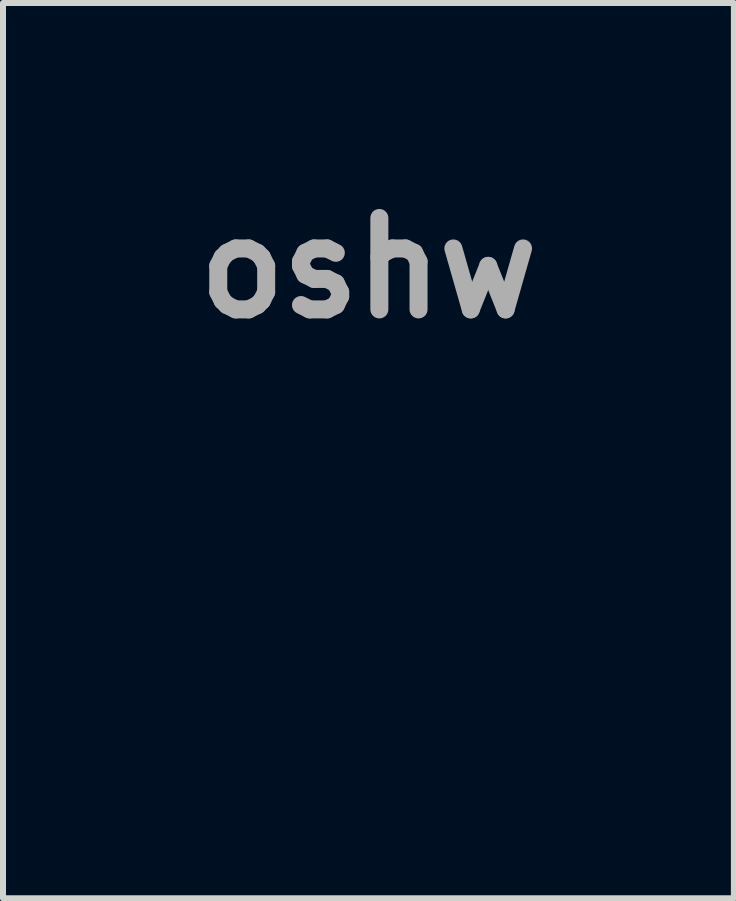
<source format=kicad_pcb>
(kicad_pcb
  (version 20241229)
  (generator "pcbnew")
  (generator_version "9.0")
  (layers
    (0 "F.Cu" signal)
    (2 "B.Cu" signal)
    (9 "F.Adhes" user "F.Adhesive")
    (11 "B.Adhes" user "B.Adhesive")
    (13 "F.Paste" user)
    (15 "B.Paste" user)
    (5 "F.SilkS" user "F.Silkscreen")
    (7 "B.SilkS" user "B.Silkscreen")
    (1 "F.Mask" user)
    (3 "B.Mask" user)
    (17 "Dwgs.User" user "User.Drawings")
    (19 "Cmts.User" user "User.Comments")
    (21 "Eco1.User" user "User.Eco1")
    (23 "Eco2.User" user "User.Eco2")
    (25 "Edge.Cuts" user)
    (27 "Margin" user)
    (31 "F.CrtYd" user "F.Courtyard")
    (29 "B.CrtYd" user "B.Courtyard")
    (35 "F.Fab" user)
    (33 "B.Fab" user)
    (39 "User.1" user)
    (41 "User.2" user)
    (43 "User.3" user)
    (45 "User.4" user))
  (footprint "oshw"
    (layer "F.Cu")
    (at 3.092 5.768)
    (property "Reference" "oshw" (at 0 -4.35 0) (layer "F.Fab") (effects (font (size 1.524 1.524) (thickness 0.3))))
    (attr board_only exclude_from_pos_files exclude_from_bom)
    (fp_poly (pts (xy 1.882 1.532) (xy 1.921 1.547) (xy 1.942 1.559) (xy 1.954 1.569) (xy 1.958 1.577) (xy 1.958 1.578) (xy 1.954 1.584) (xy 1.945 1.596) (xy 1.933 1.611) (xy 1.917 1.63) (xy 1.912 1.636) (xy 1.869 1.687) (xy 1.857 1.68) (xy 1.826 1.663) (xy 1.797 1.656) (xy 1.767 1.657) (xy 1.755 1.659) (xy 1.724 1.671) (xy 1.7 1.691) (xy 1.681 1.717) (xy 1.68 1.719) (xy 1.667 1.746) (xy 1.665 1.954) (xy 1.664 2.161) (xy 1.533 2.161) (xy 1.533 1.533) (xy 1.664 1.533) (xy 1.664 1.595) (xy 1.686 1.576) (xy 1.72 1.552) (xy 1.758 1.535) (xy 1.799 1.526) (xy 1.841 1.525)) (stroke (width 0) (type solid)) (fill yes) (layer "F.Mask"))
    (fp_poly (pts (xy 1.71 2.517) (xy 1.747 2.527) (xy 1.755 2.531) (xy 1.772 2.539) (xy 1.787 2.548) (xy 1.795 2.554) (xy 1.807 2.563) (xy 1.761 2.618) (xy 1.745 2.637) (xy 1.731 2.653) (xy 1.721 2.665) (xy 1.715 2.671) (xy 1.714 2.672) (xy 1.709 2.67) (xy 1.698 2.665) (xy 1.685 2.658) (xy 1.655 2.647) (xy 1.624 2.644) (xy 1.594 2.649) (xy 1.567 2.661) (xy 1.543 2.679) (xy 1.525 2.704) (xy 1.516 2.726) (xy 1.515 2.733) (xy 1.513 2.743) (xy 1.512 2.757) (xy 1.511 2.775) (xy 1.511 2.798) (xy 1.51 2.828) (xy 1.51 2.864) (xy 1.51 2.908) (xy 1.51 2.95) (xy 1.51 3.15) (xy 1.378 3.15) (xy 1.378 2.522) (xy 1.51 2.522) (xy 1.51 2.584) (xy 1.527 2.566) (xy 1.557 2.544) (xy 1.592 2.527) (xy 1.63 2.517) (xy 1.67 2.513)) (stroke (width 0) (type solid)) (fill yes) (layer "F.Mask"))
    (fp_poly (pts (xy -0.836 2.515) (xy -0.795 2.523) (xy -0.756 2.539) (xy -0.73 2.556) (xy -0.727 2.559) (xy -0.726 2.563) (xy -0.729 2.569) (xy -0.735 2.578) (xy -0.746 2.592) (xy -0.763 2.612) (xy -0.764 2.614) (xy -0.78 2.633) (xy -0.794 2.649) (xy -0.804 2.661) (xy -0.81 2.668) (xy -0.811 2.669) (xy -0.817 2.669) (xy -0.829 2.666) (xy -0.844 2.659) (xy -0.844 2.659) (xy -0.876 2.647) (xy -0.908 2.644) (xy -0.938 2.65) (xy -0.966 2.662) (xy -0.989 2.682) (xy -1.006 2.708) (xy -1.008 2.713) (xy -1.01 2.718) (xy -1.011 2.726) (xy -1.013 2.735) (xy -1.013 2.749) (xy -1.014 2.766) (xy -1.015 2.789) (xy -1.015 2.817) (xy -1.016 2.853) (xy -1.016 2.896) (xy -1.016 2.938) (xy -1.018 3.15) (xy -1.149 3.15) (xy -1.149 2.522) (xy -1.017 2.522) (xy -1.017 2.579) (xy -0.992 2.558) (xy -0.957 2.535) (xy -0.919 2.521) (xy -0.878 2.514)) (stroke (width 0) (type solid)) (fill yes) (layer "F.Mask"))
    (fp_poly (pts (xy 1.028 1.738) (xy 1.028 1.787) (xy 1.028 1.828) (xy 1.029 1.861) (xy 1.029 1.888) (xy 1.03 1.909) (xy 1.031 1.925) (xy 1.032 1.937) (xy 1.033 1.946) (xy 1.034 1.953) (xy 1.037 1.959) (xy 1.039 1.965) (xy 1.04 1.968) (xy 1.058 1.996) (xy 1.082 2.018) (xy 1.111 2.032) (xy 1.114 2.033) (xy 1.148 2.038) (xy 1.18 2.035) (xy 1.21 2.022) (xy 1.236 2.001) (xy 1.239 1.998) (xy 1.246 1.989) (xy 1.252 1.981) (xy 1.257 1.973) (xy 1.261 1.962) (xy 1.264 1.949) (xy 1.266 1.933) (xy 1.268 1.912) (xy 1.269 1.886) (xy 1.27 1.854) (xy 1.27 1.815) (xy 1.27 1.768) (xy 1.27 1.731) (xy 1.27 1.533) (xy 1.402 1.533) (xy 1.402 2.161) (xy 1.27 2.161) (xy 1.27 2.099) (xy 1.249 2.119) (xy 1.219 2.141) (xy 1.183 2.157) (xy 1.144 2.167) (xy 1.104 2.169) (xy 1.071 2.166) (xy 1.028 2.152) (xy 0.99 2.131) (xy 0.957 2.104) (xy 0.931 2.07) (xy 0.912 2.031) (xy 0.901 1.988) (xy 0.9 1.985) (xy 0.899 1.974) (xy 0.898 1.954) (xy 0.898 1.927) (xy 0.897 1.894) (xy 0.896 1.857) (xy 0.896 1.815) (xy 0.896 1.771) (xy 0.896 1.743) (xy 0.895 1.533) (xy 1.026 1.533)) (stroke (width 0) (type solid)) (fill yes) (layer "F.Mask"))
    (fp_poly (pts (xy -0.822 1.533) (xy -0.813 1.535) (xy -0.777 1.551) (xy -0.744 1.574) (xy -0.715 1.603) (xy -0.692 1.637) (xy -0.679 1.668) (xy -0.676 1.676) (xy -0.674 1.683) (xy -0.673 1.691) (xy -0.671 1.701) (xy -0.67 1.713) (xy -0.67 1.729) (xy -0.669 1.749) (xy -0.668 1.775) (xy -0.668 1.806) (xy -0.667 1.844) (xy -0.667 1.891) (xy -0.667 1.93) (xy -0.665 2.161) (xy -0.797 2.161) (xy -0.798 1.956) (xy -0.798 1.907) (xy -0.799 1.866) (xy -0.799 1.833) (xy -0.799 1.806) (xy -0.8 1.786) (xy -0.801 1.769) (xy -0.802 1.757) (xy -0.803 1.748) (xy -0.805 1.741) (xy -0.807 1.735) (xy -0.809 1.729) (xy -0.81 1.728) (xy -0.827 1.698) (xy -0.849 1.677) (xy -0.874 1.664) (xy -0.906 1.658) (xy -0.919 1.657) (xy -0.939 1.658) (xy -0.954 1.66) (xy -0.967 1.665) (xy -0.978 1.671) (xy -0.994 1.682) (xy -1.009 1.695) (xy -1.015 1.702) (xy -1.021 1.711) (xy -1.026 1.72) (xy -1.03 1.729) (xy -1.033 1.74) (xy -1.036 1.753) (xy -1.038 1.77) (xy -1.039 1.792) (xy -1.04 1.818) (xy -1.04 1.851) (xy -1.041 1.891) (xy -1.041 1.939) (xy -1.041 1.963) (xy -1.041 2.161) (xy -1.172 2.161) (xy -1.172 1.533) (xy -1.041 1.533) (xy -1.041 1.595) (xy -1.02 1.576) (xy -0.987 1.552) (xy -0.95 1.535) (xy -0.909 1.526) (xy -0.866 1.525)) (stroke (width 0) (type solid)) (fill yes) (layer "F.Mask"))
    (fp_poly (pts (xy 2.285 1.531) (xy 2.331 1.545) (xy 2.375 1.567) (xy 2.416 1.596) (xy 2.426 1.605) (xy 2.458 1.634) (xy 2.362 1.721) (xy 2.34 1.701) (xy 2.312 1.679) (xy 2.283 1.665) (xy 2.252 1.659) (xy 2.227 1.657) (xy 2.192 1.66) (xy 2.163 1.668) (xy 2.138 1.683) (xy 2.122 1.696) (xy 2.103 1.721) (xy 2.088 1.752) (xy 2.078 1.789) (xy 2.073 1.83) (xy 2.074 1.874) (xy 2.075 1.888) (xy 2.082 1.924) (xy 2.092 1.953) (xy 2.106 1.978) (xy 2.119 1.994) (xy 2.142 2.015) (xy 2.168 2.028) (xy 2.199 2.035) (xy 2.227 2.037) (xy 2.249 2.036) (xy 2.265 2.034) (xy 2.28 2.03) (xy 2.293 2.025) (xy 2.312 2.014) (xy 2.33 2.001) (xy 2.339 1.993) (xy 2.35 1.983) (xy 2.358 1.976) (xy 2.361 1.974) (xy 2.365 1.977) (xy 2.375 1.985) (xy 2.388 1.997) (xy 2.405 2.012) (xy 2.411 2.017) (xy 2.458 2.06) (xy 2.426 2.089) (xy 2.39 2.118) (xy 2.35 2.141) (xy 2.31 2.157) (xy 2.308 2.158) (xy 2.284 2.163) (xy 2.255 2.167) (xy 2.225 2.168) (xy 2.197 2.168) (xy 2.182 2.166) (xy 2.134 2.155) (xy 2.092 2.138) (xy 2.056 2.115) (xy 2.023 2.086) (xy 1.997 2.054) (xy 1.976 2.018) (xy 1.96 1.977) (xy 1.954 1.956) (xy 1.948 1.927) (xy 1.945 1.891) (xy 1.944 1.853) (xy 1.944 1.813) (xy 1.947 1.776) (xy 1.952 1.745) (xy 1.954 1.737) (xy 1.969 1.692) (xy 1.988 1.654) (xy 2.013 1.62) (xy 2.023 1.608) (xy 2.06 1.576) (xy 2.1 1.552) (xy 2.144 1.535) (xy 2.19 1.526) (xy 2.238 1.525)) (stroke (width 0) (type solid)) (fill yes) (layer "F.Mask"))
    (fp_poly (pts (xy 2.771 1.527) (xy 2.79 1.529) (xy 2.807 1.532) (xy 2.824 1.536) (xy 2.83 1.539) (xy 2.875 1.559) (xy 2.914 1.587) (xy 2.947 1.621) (xy 2.971 1.658) (xy 2.981 1.679) (xy 2.989 1.7) (xy 2.994 1.723) (xy 2.998 1.749) (xy 3 1.78) (xy 3 1.818) (xy 3 1.821) (xy 3 1.899) (xy 2.611 1.899) (xy 2.614 1.919) (xy 2.624 1.955) (xy 2.64 1.987) (xy 2.662 2.012) (xy 2.69 2.031) (xy 2.704 2.037) (xy 2.739 2.044) (xy 2.777 2.043) (xy 2.814 2.035) (xy 2.848 2.021) (xy 2.875 2.002) (xy 2.887 1.993) (xy 2.897 1.989) (xy 2.9 1.989) (xy 2.906 1.993) (xy 2.917 2.002) (xy 2.933 2.015) (xy 2.949 2.028) (xy 2.968 2.045) (xy 2.98 2.057) (xy 2.985 2.066) (xy 2.985 2.074) (xy 2.978 2.082) (xy 2.967 2.093) (xy 2.962 2.097) (xy 2.919 2.127) (xy 2.875 2.148) (xy 2.829 2.162) (xy 2.779 2.168) (xy 2.756 2.168) (xy 2.734 2.168) (xy 2.716 2.167) (xy 2.712 2.166) (xy 2.661 2.154) (xy 2.616 2.135) (xy 2.578 2.109) (xy 2.547 2.077) (xy 2.521 2.038) (xy 2.503 1.991) (xy 2.49 1.939) (xy 2.485 1.893) (xy 2.484 1.826) (xy 2.487 1.791) (xy 2.611 1.791) (xy 2.874 1.791) (xy 2.871 1.776) (xy 2.864 1.745) (xy 2.856 1.721) (xy 2.844 1.701) (xy 2.834 1.689) (xy 2.812 1.668) (xy 2.787 1.656) (xy 2.759 1.65) (xy 2.742 1.649) (xy 2.708 1.653) (xy 2.678 1.665) (xy 2.653 1.685) (xy 2.634 1.711) (xy 2.62 1.745) (xy 2.614 1.771) (xy 2.611 1.791) (xy 2.487 1.791) (xy 2.489 1.766) (xy 2.501 1.711) (xy 2.519 1.664) (xy 2.544 1.622) (xy 2.574 1.588) (xy 2.612 1.56) (xy 2.655 1.539) (xy 2.67 1.534) (xy 2.693 1.529) (xy 2.726 1.527) (xy 2.745 1.527)) (stroke (width 0) (type solid)) (fill yes) (layer "F.Mask"))
    (fp_poly (pts (xy -2.715 1.526) (xy -2.702 1.527) (xy -2.655 1.538) (xy -2.612 1.557) (xy -2.574 1.583) (xy -2.542 1.615) (xy -2.517 1.654) (xy -2.498 1.697) (xy -2.492 1.722) (xy -2.489 1.743) (xy -2.487 1.771) (xy -2.485 1.803) (xy -2.484 1.838) (xy -2.484 1.874) (xy -2.485 1.907) (xy -2.487 1.936) (xy -2.489 1.957) (xy -2.501 2.005) (xy -2.521 2.048) (xy -2.547 2.085) (xy -2.581 2.117) (xy -2.62 2.142) (xy -2.662 2.158) (xy -2.686 2.163) (xy -2.716 2.167) (xy -2.748 2.168) (xy -2.777 2.167) (xy -2.79 2.166) (xy -2.836 2.154) (xy -2.879 2.134) (xy -2.916 2.107) (xy -2.948 2.073) (xy -2.973 2.032) (xy -2.989 1.992) (xy -2.992 1.976) (xy -2.995 1.952) (xy -2.997 1.923) (xy -2.999 1.89) (xy -3 1.855) (xy -3 1.842) (xy -2.873 1.842) (xy -2.872 1.879) (xy -2.869 1.913) (xy -2.864 1.942) (xy -2.857 1.966) (xy -2.855 1.969) (xy -2.836 1.998) (xy -2.812 2.019) (xy -2.783 2.032) (xy -2.749 2.037) (xy -2.732 2.037) (xy -2.713 2.034) (xy -2.693 2.028) (xy -2.685 2.025) (xy -2.663 2.011) (xy -2.646 1.996) (xy -2.633 1.974) (xy -2.631 1.972) (xy -2.623 1.949) (xy -2.617 1.919) (xy -2.614 1.885) (xy -2.612 1.848) (xy -2.613 1.811) (xy -2.617 1.777) (xy -2.623 1.747) (xy -2.631 1.723) (xy -2.632 1.722) (xy -2.65 1.695) (xy -2.675 1.674) (xy -2.702 1.662) (xy -2.737 1.656) (xy -2.77 1.658) (xy -2.8 1.669) (xy -2.826 1.686) (xy -2.847 1.711) (xy -2.853 1.722) (xy -2.861 1.744) (xy -2.867 1.773) (xy -2.871 1.807) (xy -2.873 1.842) (xy -3 1.842) (xy -3 1.82) (xy -2.999 1.787) (xy -2.998 1.758) (xy -2.995 1.735) (xy -2.994 1.725) (xy -2.98 1.678) (xy -2.958 1.636) (xy -2.93 1.601) (xy -2.896 1.571) (xy -2.857 1.548) (xy -2.813 1.533) (xy -2.765 1.525)) (stroke (width 0) (type solid)) (fill yes) (layer "F.Mask"))
    (fp_poly (pts (xy -0.22 3.15) (xy -0.352 3.15) (xy -0.352 3.088) (xy -0.37 3.105) (xy -0.403 3.129) (xy -0.442 3.145) (xy -0.485 3.153) (xy -0.515 3.155) (xy -0.546 3.153) (xy -0.573 3.149) (xy -0.582 3.146) (xy -0.62 3.129) (xy -0.653 3.105) (xy -0.681 3.074) (xy -0.702 3.037) (xy -0.716 2.995) (xy -0.718 2.986) (xy -0.72 2.969) (xy -0.722 2.943) (xy -0.723 2.913) (xy -0.724 2.878) (xy -0.724 2.841) (xy -0.724 2.823) (xy -0.595 2.823) (xy -0.594 2.855) (xy -0.592 2.887) (xy -0.59 2.916) (xy -0.586 2.939) (xy -0.584 2.948) (xy -0.57 2.977) (xy -0.55 3) (xy -0.524 3.017) (xy -0.502 3.024) (xy -0.48 3.026) (xy -0.455 3.025) (xy -0.431 3.02) (xy -0.417 3.014) (xy -0.395 2.999) (xy -0.377 2.977) (xy -0.364 2.951) (xy -0.363 2.946) (xy -0.359 2.929) (xy -0.356 2.904) (xy -0.354 2.875) (xy -0.353 2.843) (xy -0.352 2.812) (xy -0.354 2.784) (xy -0.356 2.762) (xy -0.356 2.761) (xy -0.365 2.723) (xy -0.378 2.692) (xy -0.396 2.67) (xy -0.419 2.654) (xy -0.448 2.646) (xy -0.473 2.644) (xy -0.507 2.647) (xy -0.534 2.657) (xy -0.556 2.674) (xy -0.572 2.698) (xy -0.584 2.73) (xy -0.591 2.766) (xy -0.594 2.792) (xy -0.595 2.823) (xy -0.724 2.823) (xy -0.724 2.803) (xy -0.723 2.767) (xy -0.722 2.734) (xy -0.72 2.705) (xy -0.718 2.683) (xy -0.716 2.673) (xy -0.703 2.633) (xy -0.682 2.598) (xy -0.656 2.568) (xy -0.625 2.545) (xy -0.59 2.527) (xy -0.553 2.516) (xy -0.514 2.512) (xy -0.475 2.515) (xy -0.436 2.526) (xy -0.399 2.545) (xy -0.375 2.563) (xy -0.364 2.572) (xy -0.357 2.577) (xy -0.354 2.578) (xy -0.354 2.574) (xy -0.353 2.561) (xy -0.353 2.541) (xy -0.352 2.515) (xy -0.352 2.484) (xy -0.352 2.449) (xy -0.352 2.424) (xy -0.352 2.269) (xy -0.22 2.269)) (stroke (width 0) (type solid)) (fill yes) (layer "F.Mask"))
    (fp_poly (pts (xy -1.511 1.525) (xy -1.467 1.533) (xy -1.424 1.548) (xy -1.385 1.571) (xy -1.351 1.599) (xy -1.322 1.634) (xy -1.304 1.665) (xy -1.294 1.688) (xy -1.286 1.71) (xy -1.281 1.732) (xy -1.277 1.758) (xy -1.276 1.788) (xy -1.275 1.826) (xy -1.275 1.829) (xy -1.275 1.899) (xy -1.664 1.899) (xy -1.664 1.909) (xy -1.662 1.927) (xy -1.655 1.95) (xy -1.646 1.972) (xy -1.635 1.991) (xy -1.634 1.992) (xy -1.618 2.01) (xy -1.598 2.025) (xy -1.594 2.028) (xy -1.581 2.034) (xy -1.571 2.038) (xy -1.559 2.04) (xy -1.544 2.041) (xy -1.523 2.042) (xy -1.519 2.042) (xy -1.489 2.041) (xy -1.466 2.037) (xy -1.445 2.03) (xy -1.425 2.019) (xy -1.405 2.005) (xy -1.392 1.996) (xy -1.382 1.99) (xy -1.378 1.989) (xy -1.372 1.993) (xy -1.36 2.001) (xy -1.346 2.013) (xy -1.331 2.026) (xy -1.316 2.04) (xy -1.303 2.052) (xy -1.293 2.061) (xy -1.289 2.066) (xy -1.289 2.066) (xy -1.293 2.073) (xy -1.302 2.083) (xy -1.316 2.096) (xy -1.333 2.109) (xy -1.35 2.122) (xy -1.367 2.132) (xy -1.375 2.137) (xy -1.42 2.154) (xy -1.469 2.165) (xy -1.519 2.169) (xy -1.568 2.166) (xy -1.57 2.166) (xy -1.619 2.154) (xy -1.662 2.135) (xy -1.699 2.109) (xy -1.731 2.075) (xy -1.756 2.035) (xy -1.775 1.988) (xy -1.788 1.935) (xy -1.794 1.878) (xy -1.794 1.817) (xy -1.79 1.78) (xy -1.664 1.78) (xy -1.664 1.791) (xy -1.405 1.791) (xy -1.408 1.767) (xy -1.416 1.732) (xy -1.431 1.702) (xy -1.453 1.678) (xy -1.48 1.66) (xy -1.511 1.651) (xy -1.533 1.649) (xy -1.565 1.652) (xy -1.595 1.663) (xy -1.621 1.681) (xy -1.631 1.692) (xy -1.641 1.707) (xy -1.65 1.727) (xy -1.658 1.749) (xy -1.663 1.769) (xy -1.664 1.78) (xy -1.79 1.78) (xy -1.787 1.759) (xy -1.775 1.705) (xy -1.757 1.66) (xy -1.741 1.634) (xy -1.72 1.607) (xy -1.695 1.583) (xy -1.67 1.562) (xy -1.649 1.55) (xy -1.603 1.533) (xy -1.557 1.525)) (stroke (width 0) (type solid)) (fill yes) (layer "F.Mask"))
    (fp_poly (pts (xy 0.596 1.531) (xy 0.641 1.545) (xy 0.681 1.566) (xy 0.716 1.595) (xy 0.746 1.631) (xy 0.769 1.673) (xy 0.781 1.704) (xy 0.784 1.715) (xy 0.786 1.726) (xy 0.788 1.739) (xy 0.789 1.757) (xy 0.79 1.779) (xy 0.79 1.808) (xy 0.79 1.845) (xy 0.79 1.847) (xy 0.79 1.884) (xy 0.79 1.914) (xy 0.789 1.937) (xy 0.788 1.954) (xy 0.786 1.968) (xy 0.784 1.979) (xy 0.781 1.989) (xy 0.781 1.99) (xy 0.768 2.026) (xy 0.751 2.057) (xy 0.728 2.085) (xy 0.718 2.096) (xy 0.685 2.124) (xy 0.651 2.145) (xy 0.613 2.158) (xy 0.57 2.166) (xy 0.549 2.168) (xy 0.527 2.168) (xy 0.505 2.168) (xy 0.487 2.166) (xy 0.484 2.166) (xy 0.437 2.153) (xy 0.395 2.132) (xy 0.358 2.104) (xy 0.327 2.07) (xy 0.303 2.029) (xy 0.287 1.984) (xy 0.283 1.969) (xy 0.28 1.947) (xy 0.278 1.92) (xy 0.276 1.885) (xy 0.276 1.867) (xy 0.404 1.867) (xy 0.408 1.913) (xy 0.416 1.951) (xy 0.429 1.982) (xy 0.447 2.005) (xy 0.451 2.009) (xy 0.478 2.026) (xy 0.509 2.035) (xy 0.541 2.038) (xy 0.573 2.032) (xy 0.592 2.025) (xy 0.615 2.011) (xy 0.631 1.995) (xy 0.644 1.974) (xy 0.645 1.972) (xy 0.653 1.95) (xy 0.659 1.92) (xy 0.663 1.886) (xy 0.664 1.85) (xy 0.663 1.813) (xy 0.66 1.778) (xy 0.654 1.748) (xy 0.646 1.724) (xy 0.645 1.721) (xy 0.627 1.695) (xy 0.603 1.675) (xy 0.576 1.662) (xy 0.546 1.656) (xy 0.515 1.657) (xy 0.485 1.665) (xy 0.458 1.681) (xy 0.445 1.692) (xy 0.432 1.707) (xy 0.422 1.724) (xy 0.415 1.743) (xy 0.41 1.767) (xy 0.406 1.798) (xy 0.405 1.813) (xy 0.404 1.867) (xy 0.276 1.867) (xy 0.276 1.847) (xy 0.277 1.797) (xy 0.279 1.755) (xy 0.284 1.72) (xy 0.292 1.689) (xy 0.303 1.662) (xy 0.317 1.638) (xy 0.335 1.614) (xy 0.346 1.602) (xy 0.382 1.571) (xy 0.421 1.548) (xy 0.464 1.533) (xy 0.495 1.527) (xy 0.547 1.525)) (stroke (width 0) (type solid)) (fill yes) (layer "F.Mask"))
    (fp_poly (pts (xy 2.102 2.516) (xy 2.124 2.52) (xy 2.166 2.533) (xy 2.206 2.554) (xy 2.242 2.582) (xy 2.273 2.615) (xy 2.284 2.631) (xy 2.297 2.655) (xy 2.308 2.681) (xy 2.315 2.71) (xy 2.32 2.744) (xy 2.323 2.785) (xy 2.324 2.805) (xy 2.327 2.883) (xy 1.935 2.883) (xy 1.937 2.911) (xy 1.945 2.943) (xy 1.959 2.973) (xy 1.98 2.997) (xy 1.987 3.004) (xy 2.017 3.021) (xy 2.05 3.03) (xy 2.086 3.033) (xy 2.122 3.028) (xy 2.156 3.016) (xy 2.188 2.996) (xy 2.202 2.985) (xy 2.217 2.971) (xy 2.264 3.011) (xy 2.285 3.031) (xy 2.3 3.045) (xy 2.307 3.054) (xy 2.308 3.059) (xy 2.302 3.067) (xy 2.29 3.079) (xy 2.274 3.092) (xy 2.255 3.105) (xy 2.237 3.117) (xy 2.22 3.127) (xy 2.219 3.127) (xy 2.198 3.136) (xy 2.175 3.144) (xy 2.161 3.148) (xy 2.136 3.152) (xy 2.106 3.154) (xy 2.074 3.154) (xy 2.041 3.153) (xy 2.013 3.15) (xy 2 3.148) (xy 1.954 3.132) (xy 1.914 3.109) (xy 1.88 3.08) (xy 1.852 3.043) (xy 1.83 2.999) (xy 1.815 2.948) (xy 1.812 2.932) (xy 1.808 2.905) (xy 1.806 2.872) (xy 1.806 2.835) (xy 1.807 2.799) (xy 1.809 2.764) (xy 1.809 2.762) (xy 1.936 2.762) (xy 1.936 2.775) (xy 2.065 2.775) (xy 2.099 2.775) (xy 2.129 2.775) (xy 2.155 2.774) (xy 2.175 2.774) (xy 2.189 2.773) (xy 2.194 2.772) (xy 2.194 2.772) (xy 2.192 2.758) (xy 2.187 2.74) (xy 2.18 2.72) (xy 2.173 2.702) (xy 2.169 2.694) (xy 2.149 2.668) (xy 2.125 2.651) (xy 2.095 2.64) (xy 2.06 2.637) (xy 2.04 2.638) (xy 2.024 2.641) (xy 2.008 2.648) (xy 2.003 2.651) (xy 1.986 2.662) (xy 1.971 2.676) (xy 1.964 2.684) (xy 1.952 2.704) (xy 1.943 2.728) (xy 1.937 2.751) (xy 1.936 2.762) (xy 1.809 2.762) (xy 1.813 2.734) (xy 1.817 2.714) (xy 1.834 2.665) (xy 1.858 2.621) (xy 1.887 2.585) (xy 1.922 2.555) (xy 1.962 2.533) (xy 2.005 2.519) (xy 2.052 2.513)) (stroke (width 0) (type solid)) (fill yes) (layer "F.Mask"))
    (fp_poly (pts (xy -0.005 1.527) (xy 0.045 1.535) (xy 0.053 1.537) (xy 0.08 1.546) (xy 0.11 1.559) (xy 0.139 1.573) (xy 0.165 1.588) (xy 0.178 1.598) (xy 0.194 1.612) (xy 0.159 1.652) (xy 0.145 1.669) (xy 0.132 1.684) (xy 0.123 1.695) (xy 0.119 1.7) (xy 0.115 1.703) (xy 0.109 1.702) (xy 0.098 1.697) (xy 0.082 1.688) (xy 0.081 1.688) (xy 0.042 1.668) (xy 0.004 1.655) (xy -0.037 1.65) (xy -0.054 1.649) (xy -0.078 1.649) (xy -0.095 1.651) (xy -0.11 1.655) (xy -0.118 1.658) (xy -0.139 1.672) (xy -0.153 1.69) (xy -0.159 1.71) (xy -0.159 1.714) (xy -0.157 1.735) (xy -0.148 1.75) (xy -0.132 1.762) (xy -0.108 1.771) (xy -0.077 1.776) (xy -0.069 1.777) (xy -0.044 1.779) (xy -0.015 1.782) (xy 0.013 1.785) (xy 0.024 1.786) (xy 0.063 1.791) (xy 0.094 1.799) (xy 0.12 1.81) (xy 0.143 1.825) (xy 0.15 1.832) (xy 0.175 1.86) (xy 0.193 1.893) (xy 0.203 1.931) (xy 0.206 1.975) (xy 0.205 1.986) (xy 0.2 2.022) (xy 0.189 2.053) (xy 0.171 2.08) (xy 0.153 2.099) (xy 0.123 2.123) (xy 0.09 2.141) (xy 0.051 2.155) (xy 0.043 2.157) (xy 0.013 2.163) (xy -0.022 2.167) (xy -0.058 2.168) (xy -0.091 2.168) (xy -0.11 2.166) (xy -0.167 2.152) (xy -0.223 2.131) (xy -0.275 2.101) (xy -0.306 2.079) (xy -0.334 2.057) (xy -0.243 1.965) (xy -0.216 1.987) (xy -0.18 2.012) (xy -0.143 2.029) (xy -0.103 2.04) (xy -0.058 2.043) (xy -0.036 2.043) (xy 0.002 2.039) (xy 0.031 2.031) (xy 0.052 2.019) (xy 0.066 2.002) (xy 0.073 1.979) (xy 0.074 1.973) (xy 0.074 1.956) (xy 0.071 1.942) (xy 0.063 1.931) (xy 0.05 1.922) (xy 0.03 1.916) (xy 0.004 1.91) (xy -0.03 1.906) (xy -0.061 1.903) (xy -0.106 1.899) (xy -0.143 1.892) (xy -0.174 1.884) (xy -0.2 1.874) (xy -0.222 1.861) (xy -0.241 1.845) (xy -0.244 1.842) (xy -0.266 1.814) (xy -0.281 1.781) (xy -0.289 1.745) (xy -0.29 1.707) (xy -0.285 1.669) (xy -0.272 1.633) (xy -0.268 1.625) (xy -0.247 1.596) (xy -0.219 1.572) (xy -0.185 1.552) (xy -0.145 1.537) (xy -0.102 1.528) (xy -0.055 1.524)) (stroke (width 0) (type solid)) (fill yes) (layer "F.Mask"))
    (fp_poly (pts (xy 0.406 2.739) (xy 0.42 2.781) (xy 0.433 2.821) (xy 0.445 2.857) (xy 0.455 2.888) (xy 0.464 2.914) (xy 0.471 2.933) (xy 0.475 2.945) (xy 0.477 2.949) (xy 0.477 2.949) (xy 0.479 2.943) (xy 0.482 2.929) (xy 0.488 2.908) (xy 0.496 2.88) (xy 0.505 2.848) (xy 0.515 2.811) (xy 0.526 2.77) (xy 0.536 2.733) (xy 0.593 2.525) (xy 0.663 2.523) (xy 0.69 2.523) (xy 0.709 2.523) (xy 0.722 2.524) (xy 0.728 2.525) (xy 0.731 2.527) (xy 0.731 2.528) (xy 0.729 2.534) (xy 0.725 2.548) (xy 0.718 2.569) (xy 0.709 2.597) (xy 0.698 2.63) (xy 0.686 2.669) (xy 0.672 2.713) (xy 0.657 2.76) (xy 0.641 2.81) (xy 0.631 2.843) (xy 0.532 3.151) (xy 0.474 3.149) (xy 0.416 3.148) (xy 0.352 2.934) (xy 0.339 2.891) (xy 0.327 2.851) (xy 0.316 2.815) (xy 0.306 2.784) (xy 0.298 2.758) (xy 0.292 2.739) (xy 0.288 2.727) (xy 0.286 2.723) (xy 0.286 2.723) (xy 0.284 2.728) (xy 0.28 2.741) (xy 0.273 2.761) (xy 0.265 2.788) (xy 0.255 2.82) (xy 0.244 2.857) (xy 0.232 2.897) (xy 0.22 2.938) (xy 0.157 3.15) (xy 0.099 3.15) (xy 0.075 3.15) (xy 0.058 3.15) (xy 0.048 3.149) (xy 0.042 3.146) (xy 0.039 3.143) (xy 0.039 3.142) (xy 0.037 3.136) (xy 0.033 3.122) (xy 0.026 3.101) (xy 0.017 3.073) (xy 0.006 3.039) (xy -0.006 3) (xy -0.02 2.956) (xy -0.035 2.909) (xy -0.051 2.859) (xy -0.061 2.829) (xy -0.158 2.525) (xy -0.09 2.523) (xy -0.066 2.523) (xy -0.045 2.523) (xy -0.03 2.523) (xy -0.022 2.523) (xy -0.021 2.523) (xy -0.019 2.528) (xy -0.015 2.541) (xy -0.01 2.561) (xy -0.002 2.588) (xy 0.006 2.62) (xy 0.017 2.656) (xy 0.028 2.696) (xy 0.039 2.737) (xy 0.05 2.78) (xy 0.061 2.82) (xy 0.071 2.856) (xy 0.08 2.887) (xy 0.087 2.913) (xy 0.093 2.933) (xy 0.097 2.945) (xy 0.098 2.949) (xy 0.1 2.944) (xy 0.105 2.932) (xy 0.111 2.912) (xy 0.12 2.886) (xy 0.131 2.855) (xy 0.142 2.819) (xy 0.155 2.779) (xy 0.169 2.737) (xy 0.169 2.737) (xy 0.237 2.525) (xy 0.287 2.523) (xy 0.336 2.522)) (stroke (width 0) (type solid)) (fill yes) (layer "F.Mask"))
    (fp_poly (pts (xy -1.524 2.514) (xy -1.495 2.516) (xy -1.468 2.519) (xy -1.446 2.522) (xy -1.433 2.525) (xy -1.39 2.54) (xy -1.354 2.562) (xy -1.325 2.588) (xy -1.304 2.62) (xy -1.298 2.633) (xy -1.287 2.66) (xy -1.284 3.15) (xy -1.416 3.15) (xy -1.416 3.103) (xy -1.437 3.121) (xy -1.455 3.135) (xy -1.477 3.145) (xy -1.502 3.151) (xy -1.533 3.154) (xy -1.566 3.155) (xy -1.593 3.154) (xy -1.618 3.152) (xy -1.638 3.149) (xy -1.645 3.148) (xy -1.686 3.132) (xy -1.722 3.11) (xy -1.751 3.081) (xy -1.774 3.047) (xy -1.776 3.043) (xy -1.782 3.03) (xy -1.785 3.018) (xy -1.787 3.004) (xy -1.788 2.985) (xy -1.788 2.967) (xy -1.668 2.967) (xy -1.66 2.987) (xy -1.646 3.005) (xy -1.624 3.02) (xy -1.616 3.024) (xy -1.597 3.029) (xy -1.572 3.032) (xy -1.544 3.033) (xy -1.515 3.032) (xy -1.489 3.03) (xy -1.467 3.025) (xy -1.456 3.021) (xy -1.439 3.01) (xy -1.427 2.994) (xy -1.42 2.972) (xy -1.416 2.943) (xy -1.416 2.926) (xy -1.416 2.882) (xy -1.508 2.884) (xy -1.542 2.885) (xy -1.568 2.886) (xy -1.588 2.887) (xy -1.602 2.889) (xy -1.613 2.892) (xy -1.621 2.895) (xy -1.644 2.908) (xy -1.66 2.926) (xy -1.667 2.946) (xy -1.668 2.967) (xy -1.788 2.967) (xy -1.788 2.965) (xy -1.788 2.942) (xy -1.787 2.925) (xy -1.785 2.912) (xy -1.782 2.9) (xy -1.776 2.887) (xy -1.774 2.882) (xy -1.753 2.848) (xy -1.725 2.82) (xy -1.692 2.799) (xy -1.691 2.799) (xy -1.673 2.791) (xy -1.655 2.785) (xy -1.634 2.781) (xy -1.609 2.778) (xy -1.579 2.776) (xy -1.542 2.776) (xy -1.508 2.775) (xy -1.416 2.775) (xy -1.416 2.732) (xy -1.417 2.704) (xy -1.421 2.683) (xy -1.429 2.668) (xy -1.441 2.656) (xy -1.457 2.648) (xy -1.469 2.643) (xy -1.482 2.64) (xy -1.498 2.638) (xy -1.521 2.637) (xy -1.533 2.637) (xy -1.564 2.638) (xy -1.588 2.64) (xy -1.607 2.645) (xy -1.623 2.652) (xy -1.638 2.663) (xy -1.641 2.666) (xy -1.654 2.676) (xy -1.663 2.679) (xy -1.665 2.679) (xy -1.676 2.672) (xy -1.69 2.661) (xy -1.706 2.649) (xy -1.723 2.636) (xy -1.738 2.623) (xy -1.75 2.613) (xy -1.757 2.606) (xy -1.758 2.604) (xy -1.754 2.597) (xy -1.745 2.586) (xy -1.731 2.573) (xy -1.715 2.56) (xy -1.699 2.549) (xy -1.685 2.54) (xy -1.681 2.538) (xy -1.651 2.526) (xy -1.619 2.519) (xy -1.583 2.515) (xy -1.541 2.514)) (stroke (width 0) (type solid)) (fill yes) (layer "F.Mask"))
    (fp_poly (pts (xy 1.025 2.515) (xy 1.078 2.521) (xy 1.123 2.533) (xy 1.162 2.552) (xy 1.193 2.576) (xy 1.217 2.606) (xy 1.233 2.641) (xy 1.242 2.682) (xy 1.243 2.694) (xy 1.244 2.714) (xy 1.245 2.741) (xy 1.246 2.774) (xy 1.246 2.813) (xy 1.247 2.854) (xy 1.247 2.899) (xy 1.247 2.934) (xy 1.247 3.15) (xy 1.116 3.15) (xy 1.116 3.098) (xy 1.104 3.112) (xy 1.093 3.122) (xy 1.077 3.133) (xy 1.065 3.14) (xy 1.054 3.145) (xy 1.043 3.149) (xy 1.032 3.151) (xy 1.017 3.152) (xy 0.998 3.153) (xy 0.973 3.154) (xy 0.939 3.154) (xy 0.913 3.153) (xy 0.893 3.15) (xy 0.882 3.148) (xy 0.841 3.132) (xy 0.805 3.11) (xy 0.777 3.081) (xy 0.756 3.046) (xy 0.742 3.007) (xy 0.74 2.994) (xy 0.738 2.958) (xy 0.863 2.958) (xy 0.867 2.983) (xy 0.879 3.002) (xy 0.9 3.018) (xy 0.919 3.026) (xy 0.935 3.029) (xy 0.957 3.031) (xy 0.983 3.033) (xy 1.009 3.033) (xy 1.033 3.031) (xy 1.051 3.029) (xy 1.052 3.029) (xy 1.074 3.021) (xy 1.091 3.009) (xy 1.102 2.992) (xy 1.11 2.968) (xy 1.114 2.937) (xy 1.115 2.93) (xy 1.117 2.882) (xy 1.022 2.884) (xy 0.988 2.885) (xy 0.963 2.886) (xy 0.944 2.887) (xy 0.93 2.888) (xy 0.92 2.89) (xy 0.911 2.893) (xy 0.904 2.896) (xy 0.882 2.91) (xy 0.868 2.929) (xy 0.863 2.953) (xy 0.863 2.958) (xy 0.738 2.958) (xy 0.738 2.954) (xy 0.744 2.915) (xy 0.757 2.878) (xy 0.778 2.846) (xy 0.793 2.829) (xy 0.811 2.814) (xy 0.83 2.802) (xy 0.851 2.792) (xy 0.876 2.785) (xy 0.905 2.78) (xy 0.941 2.777) (xy 0.983 2.776) (xy 1.018 2.775) (xy 1.116 2.775) (xy 1.116 2.738) (xy 1.114 2.707) (xy 1.108 2.683) (xy 1.098 2.665) (xy 1.081 2.652) (xy 1.058 2.643) (xy 1.028 2.639) (xy 0.989 2.637) (xy 0.989 2.637) (xy 0.965 2.637) (xy 0.947 2.638) (xy 0.934 2.64) (xy 0.923 2.643) (xy 0.913 2.648) (xy 0.898 2.657) (xy 0.886 2.666) (xy 0.882 2.67) (xy 0.875 2.678) (xy 0.869 2.682) (xy 0.869 2.682) (xy 0.864 2.679) (xy 0.854 2.672) (xy 0.84 2.662) (xy 0.823 2.649) (xy 0.806 2.637) (xy 0.791 2.625) (xy 0.778 2.615) (xy 0.771 2.608) (xy 0.769 2.606) (xy 0.772 2.6) (xy 0.781 2.589) (xy 0.793 2.577) (xy 0.807 2.565) (xy 0.821 2.554) (xy 0.822 2.554) (xy 0.848 2.538) (xy 0.876 2.527) (xy 0.908 2.52) (xy 0.945 2.515) (xy 0.966 2.514)) (stroke (width 0) (type solid)) (fill yes) (layer "F.Mask"))
    (fp_poly (pts (xy -2.055 1.527) (xy -2.014 1.537) (xy -1.976 1.556) (xy -1.943 1.582) (xy -1.94 1.585) (xy -1.914 1.615) (xy -1.896 1.648) (xy -1.885 1.686) (xy -1.884 1.691) (xy -1.882 1.706) (xy -1.88 1.73) (xy -1.879 1.759) (xy -1.878 1.793) (xy -1.878 1.828) (xy -1.878 1.865) (xy -1.878 1.901) (xy -1.879 1.934) (xy -1.88 1.963) (xy -1.881 1.987) (xy -1.883 2.003) (xy -1.883 2.004) (xy -1.897 2.046) (xy -1.918 2.083) (xy -1.945 2.115) (xy -1.979 2.14) (xy -2.018 2.157) (xy -2.056 2.167) (xy -2.099 2.169) (xy -2.141 2.162) (xy -2.181 2.146) (xy -2.222 2.121) (xy -2.226 2.118) (xy -2.25 2.1) (xy -2.25 2.58) (xy -2.23 2.563) (xy -2.194 2.539) (xy -2.155 2.523) (xy -2.115 2.514) (xy -2.074 2.513) (xy -2.035 2.52) (xy -1.997 2.533) (xy -1.963 2.554) (xy -1.933 2.581) (xy -1.908 2.614) (xy -1.901 2.627) (xy -1.892 2.647) (xy -1.885 2.668) (xy -1.88 2.685) (xy -1.88 2.686) (xy -1.879 2.696) (xy -1.878 2.715) (xy -1.877 2.741) (xy -1.876 2.774) (xy -1.876 2.812) (xy -1.875 2.855) (xy -1.875 2.902) (xy -1.875 2.931) (xy -1.875 3.15) (xy -2.006 3.15) (xy -2.006 2.952) (xy -2.007 2.9) (xy -2.007 2.857) (xy -2.007 2.821) (xy -2.008 2.792) (xy -2.009 2.769) (xy -2.011 2.75) (xy -2.013 2.735) (xy -2.016 2.723) (xy -2.019 2.713) (xy -2.024 2.704) (xy -2.029 2.695) (xy -2.032 2.691) (xy -2.051 2.67) (xy -2.075 2.655) (xy -2.103 2.647) (xy -2.133 2.645) (xy -2.162 2.649) (xy -2.19 2.66) (xy -2.21 2.676) (xy -2.223 2.691) (xy -2.235 2.708) (xy -2.238 2.714) (xy -2.24 2.72) (xy -2.242 2.726) (xy -2.244 2.733) (xy -2.245 2.742) (xy -2.246 2.754) (xy -2.247 2.77) (xy -2.248 2.791) (xy -2.248 2.818) (xy -2.249 2.851) (xy -2.249 2.892) (xy -2.249 2.942) (xy -2.249 2.943) (xy -2.251 3.15) (xy -2.382 3.15) (xy -2.382 1.851) (xy -2.249 1.851) (xy -2.248 1.888) (xy -2.244 1.923) (xy -2.238 1.953) (xy -2.232 1.972) (xy -2.216 1.999) (xy -2.195 2.02) (xy -2.17 2.033) (xy -2.146 2.037) (xy -2.118 2.037) (xy -2.091 2.033) (xy -2.069 2.025) (xy -2.066 2.024) (xy -2.047 2.011) (xy -2.032 1.993) (xy -2.021 1.969) (xy -2.013 1.939) (xy -2.009 1.902) (xy -2.007 1.858) (xy -2.007 1.847) (xy -2.008 1.798) (xy -2.013 1.757) (xy -2.022 1.724) (xy -2.035 1.698) (xy -2.052 1.679) (xy -2.074 1.665) (xy -2.101 1.658) (xy -2.114 1.656) (xy -2.149 1.657) (xy -2.179 1.665) (xy -2.204 1.682) (xy -2.223 1.706) (xy -2.232 1.722) (xy -2.24 1.747) (xy -2.245 1.778) (xy -2.248 1.813) (xy -2.249 1.851) (xy -2.382 1.851) (xy -2.382 1.533) (xy -2.25 1.533) (xy -2.25 1.595) (xy -2.231 1.578) (xy -2.216 1.566) (xy -2.197 1.554) (xy -2.182 1.546) (xy -2.14 1.531) (xy -2.097 1.525)) (stroke (width 0) (type solid)) (fill yes) (layer "F.Mask"))
    (fp_poly (pts (xy 0.321 -3.14) (xy 0.323 -3.134) (xy 0.326 -3.119) (xy 0.331 -3.096) (xy 0.337 -3.067) (xy 0.344 -3.032) (xy 0.352 -2.991) (xy 0.361 -2.947) (xy 0.37 -2.898) (xy 0.38 -2.847) (xy 0.384 -2.828) (xy 0.395 -2.767) (xy 0.405 -2.715) (xy 0.413 -2.67) (xy 0.42 -2.633) (xy 0.426 -2.603) (xy 0.431 -2.578) (xy 0.435 -2.559) (xy 0.439 -2.544) (xy 0.442 -2.533) (xy 0.445 -2.525) (xy 0.447 -2.519) (xy 0.45 -2.516) (xy 0.451 -2.515) (xy 0.458 -2.51) (xy 0.473 -2.503) (xy 0.494 -2.493) (xy 0.521 -2.481) (xy 0.552 -2.467) (xy 0.586 -2.453) (xy 0.623 -2.437) (xy 0.661 -2.422) (xy 0.699 -2.406) (xy 0.737 -2.391) (xy 0.772 -2.377) (xy 0.805 -2.364) (xy 0.834 -2.354) (xy 0.857 -2.345) (xy 0.875 -2.339) (xy 0.885 -2.337) (xy 0.887 -2.337) (xy 0.893 -2.34) (xy 0.906 -2.348) (xy 0.926 -2.36) (xy 0.951 -2.376) (xy 0.981 -2.396) (xy 1.015 -2.419) (xy 1.053 -2.445) (xy 1.094 -2.472) (xy 1.137 -2.502) (xy 1.153 -2.513) (xy 1.205 -2.549) (xy 1.25 -2.579) (xy 1.289 -2.605) (xy 1.321 -2.627) (xy 1.348 -2.645) (xy 1.37 -2.659) (xy 1.387 -2.67) (xy 1.4 -2.677) (xy 1.41 -2.683) (xy 1.417 -2.685) (xy 1.421 -2.686) (xy 1.421 -2.686) (xy 1.425 -2.686) (xy 1.429 -2.684) (xy 1.435 -2.681) (xy 1.442 -2.675) (xy 1.452 -2.667) (xy 1.464 -2.656) (xy 1.48 -2.641) (xy 1.5 -2.622) (xy 1.524 -2.599) (xy 1.553 -2.57) (xy 1.587 -2.536) (xy 1.627 -2.496) (xy 1.647 -2.476) (xy 1.684 -2.439) (xy 1.719 -2.404) (xy 1.752 -2.371) (xy 1.781 -2.341) (xy 1.807 -2.314) (xy 1.829 -2.292) (xy 1.846 -2.274) (xy 1.858 -2.261) (xy 1.864 -2.254) (xy 1.864 -2.253) (xy 1.869 -2.239) (xy 1.867 -2.228) (xy 1.863 -2.222) (xy 1.855 -2.209) (xy 1.842 -2.189) (xy 1.826 -2.164) (xy 1.806 -2.134) (xy 1.783 -2.1) (xy 1.757 -2.062) (xy 1.729 -2.022) (xy 1.7 -1.979) (xy 1.693 -1.969) (xy 1.654 -1.912) (xy 1.62 -1.862) (xy 1.591 -1.819) (xy 1.567 -1.783) (xy 1.548 -1.754) (xy 1.535 -1.732) (xy 1.527 -1.718) (xy 1.524 -1.711) (xy 1.524 -1.711) (xy 1.526 -1.704) (xy 1.531 -1.69) (xy 1.539 -1.669) (xy 1.55 -1.642) (xy 1.562 -1.611) (xy 1.577 -1.577) (xy 1.592 -1.54) (xy 1.608 -1.502) (xy 1.625 -1.464) (xy 1.641 -1.426) (xy 1.657 -1.389) (xy 1.672 -1.356) (xy 1.685 -1.326) (xy 1.697 -1.301) (xy 1.706 -1.281) (xy 1.713 -1.269) (xy 1.716 -1.264) (xy 1.719 -1.262) (xy 1.726 -1.259) (xy 1.736 -1.256) (xy 1.751 -1.252) (xy 1.77 -1.248) (xy 1.795 -1.243) (xy 1.827 -1.236) (xy 1.865 -1.229) (xy 1.911 -1.22) (xy 1.964 -1.21) (xy 2.022 -1.199) (xy 2.082 -1.188) (xy 2.134 -1.178) (xy 2.178 -1.17) (xy 2.214 -1.163) (xy 2.245 -1.157) (xy 2.269 -1.152) (xy 2.288 -1.148) (xy 2.302 -1.144) (xy 2.312 -1.141) (xy 2.319 -1.139) (xy 2.324 -1.136) (xy 2.326 -1.134) (xy 2.328 -1.132) (xy 2.33 -1.128) (xy 2.331 -1.122) (xy 2.332 -1.114) (xy 2.333 -1.103) (xy 2.333 -1.088) (xy 2.334 -1.068) (xy 2.334 -1.043) (xy 2.334 -1.012) (xy 2.334 -0.975) (xy 2.335 -0.93) (xy 2.335 -0.877) (xy 2.335 -0.818) (xy 2.335 -0.757) (xy 2.335 -0.704) (xy 2.334 -0.66) (xy 2.334 -0.622) (xy 2.334 -0.592) (xy 2.334 -0.567) (xy 2.333 -0.547) (xy 2.332 -0.532) (xy 2.332 -0.521) (xy 2.331 -0.513) (xy 2.329 -0.508) (xy 2.328 -0.504) (xy 2.326 -0.502) (xy 2.324 -0.5) (xy 2.319 -0.498) (xy 2.312 -0.495) (xy 2.301 -0.492) (xy 2.286 -0.488) (xy 2.266 -0.484) (xy 2.241 -0.479) (xy 2.21 -0.473) (xy 2.173 -0.465) (xy 2.127 -0.457) (xy 2.074 -0.447) (xy 2.031 -0.439) (xy 1.98 -0.429) (xy 1.931 -0.42) (xy 1.886 -0.411) (xy 1.845 -0.403) (xy 1.81 -0.396) (xy 1.78 -0.39) (xy 1.757 -0.385) (xy 1.741 -0.381) (xy 1.734 -0.379) (xy 1.733 -0.379) (xy 1.729 -0.373) (xy 1.722 -0.359) (xy 1.713 -0.339) (xy 1.701 -0.312) (xy 1.688 -0.282) (xy 1.673 -0.247) (xy 1.658 -0.209) (xy 1.642 -0.17) (xy 1.626 -0.13) (xy 1.61 -0.09) (xy 1.595 -0.051) (xy 1.581 -0.014) (xy 1.568 0.019) (xy 1.557 0.048) (xy 1.549 0.073) (xy 1.543 0.091) (xy 1.54 0.102) (xy 1.54 0.104) (xy 1.544 0.11) (xy 1.552 0.123) (xy 1.564 0.142) (xy 1.58 0.166) (xy 1.6 0.196) (xy 1.623 0.229) (xy 1.648 0.266) (xy 1.675 0.306) (xy 1.703 0.347) (xy 1.737 0.397) (xy 1.767 0.439) (xy 1.791 0.476) (xy 1.812 0.506) (xy 1.829 0.531) (xy 1.842 0.552) (xy 1.852 0.568) (xy 1.86 0.58) (xy 1.865 0.59) (xy 1.868 0.597) (xy 1.87 0.602) (xy 1.871 0.606) (xy 1.871 0.606) (xy 1.867 0.61) (xy 1.858 0.621) (xy 1.843 0.636) (xy 1.823 0.657) (xy 1.799 0.682) (xy 1.771 0.711) (xy 1.739 0.743) (xy 1.705 0.777) (xy 1.668 0.814) (xy 1.651 0.831) (xy 1.607 0.875) (xy 1.569 0.914) (xy 1.536 0.946) (xy 1.508 0.973) (xy 1.485 0.995) (xy 1.467 1.013) (xy 1.452 1.027) (xy 1.441 1.037) (xy 1.432 1.044) (xy 1.426 1.048) (xy 1.421 1.05) (xy 1.419 1.05) (xy 1.414 1.048) (xy 1.404 1.043) (xy 1.389 1.034) (xy 1.368 1.021) (xy 1.342 1.004) (xy 1.309 0.982) (xy 1.27 0.956) (xy 1.224 0.924) (xy 1.173 0.89) (xy 1.124 0.856) (xy 1.082 0.827) (xy 1.047 0.803) (xy 1.017 0.783) (xy 0.993 0.767) (xy 0.973 0.754) (xy 0.958 0.745) (xy 0.946 0.738) (xy 0.937 0.733) (xy 0.931 0.731) (xy 0.926 0.73) (xy 0.924 0.73) (xy 0.914 0.732) (xy 0.898 0.738) (xy 0.875 0.749) (xy 0.845 0.764) (xy 0.807 0.784) (xy 0.806 0.785) (xy 0.77 0.804) (xy 0.742 0.818) (xy 0.719 0.829) (xy 0.702 0.836) (xy 0.69 0.839) (xy 0.681 0.839) (xy 0.675 0.835) (xy 0.67 0.83) (xy 0.668 0.824) (xy 0.662 0.811) (xy 0.653 0.79) (xy 0.642 0.762) (xy 0.628 0.729) (xy 0.612 0.69) (xy 0.594 0.646) (xy 0.574 0.599) (xy 0.553 0.548) (xy 0.531 0.495) (xy 0.508 0.439) (xy 0.484 0.383) (xy 0.46 0.325) (xy 0.437 0.268) (xy 0.413 0.211) (xy 0.39 0.156) (xy 0.368 0.103) (xy 0.347 0.052) (xy 0.328 0.005) (xy 0.31 -0.038) (xy 0.294 -0.076) (xy 0.281 -0.109) (xy 0.27 -0.136) (xy 0.261 -0.157) (xy 0.256 -0.17) (xy 0.254 -0.175) (xy 0.253 -0.188) (xy 0.258 -0.2) (xy 0.27 -0.212) (xy 0.289 -0.227) (xy 0.292 -0.228) (xy 0.364 -0.278) (xy 0.428 -0.33) (xy 0.482 -0.384) (xy 0.529 -0.441) (xy 0.568 -0.501) (xy 0.599 -0.565) (xy 0.623 -0.633) (xy 0.639 -0.705) (xy 0.64 -0.71) (xy 0.645 -0.746) (xy 0.647 -0.787) (xy 0.647 -0.831) (xy 0.645 -0.875) (xy 0.641 -0.914) (xy 0.64 -0.922) (xy 0.623 -0.996) (xy 0.597 -1.068) (xy 0.564 -1.135) (xy 0.524 -1.197) (xy 0.477 -1.254) (xy 0.423 -1.305) (xy 0.364 -1.351) (xy 0.3 -1.389) (xy 0.231 -1.42) (xy 0.158 -1.444) (xy 0.096 -1.456) (xy 0.066 -1.46) (xy 0.029 -1.462) (xy -0.011 -1.462) (xy -0.051 -1.46) (xy -0.088 -1.457) (xy -0.12 -1.453) (xy -0.131 -1.451) (xy -0.206 -1.43) (xy -0.276 -1.401) (xy -0.342 -1.365) (xy -0.404 -1.321) (xy -0.459 -1.271) (xy -0.509 -1.216) (xy -0.552 -1.155) (xy -0.587 -1.089) (xy -0.615 -1.019) (xy -0.635 -0.946) (xy -0.64 -0.921) (xy -0.644 -0.889) (xy -0.647 -0.852) (xy -0.648 -0.813) (xy -0.647 -0.775) (xy -0.645 -0.741) (xy -0.642 -0.72) (xy -0.625 -0.641) (xy -0.599 -0.567) (xy -0.566 -0.498) (xy -0.524 -0.434) (xy -0.474 -0.374) (xy -0.446 -0.346) (xy -0.421 -0.324) (xy -0.391 -0.299) (xy -0.354 -0.272) (xy -0.31 -0.24) (xy -0.272 -0.215) (xy -0.26 -0.205) (xy -0.254 -0.195) (xy -0.253 -0.189) (xy -0.255 -0.183) (xy -0.26 -0.17) (xy -0.268 -0.149) (xy -0.279 -0.121) (xy -0.292 -0.088) (xy -0.308 -0.049) (xy -0.326 -0.006) (xy -0.345 0.042) (xy -0.365 0.093) (xy -0.387 0.146) (xy -0.41 0.202) (xy -0.433 0.259) (xy -0.457 0.317) (xy -0.481 0.375) (xy -0.504 0.432) (xy -0.527 0.488) (xy -0.549 0.541) (xy -0.57 0.593) (xy -0.59 0.641) (xy -0.609 0.685) (xy -0.625 0.724) (xy -0.64 0.759) (xy -0.652 0.787) (xy -0.661 0.809) (xy -0.667 0.823) (xy -0.67 0.829) (xy -0.674 0.835) (xy -0.681 0.838) (xy -0.689 0.839) (xy -0.701 0.836) (xy -0.718 0.829) (xy -0.74 0.819) (xy -0.768 0.804) (xy -0.804 0.786) (xy -0.806 0.785) (xy -0.844 0.764) (xy -0.874 0.749) (xy -0.897 0.738) (xy -0.914 0.732) (xy -0.924 0.73) (xy -0.928 0.73) (xy -0.934 0.732) (xy -0.941 0.735) (xy -0.952 0.741) (xy -0.965 0.749) (xy -0.983 0.76) (xy -1.004 0.774) (xy -1.031 0.793) (xy -1.064 0.815) (xy -1.103 0.841) (xy -1.148 0.873) (xy -1.165 0.884) (xy -1.206 0.912) (xy -1.245 0.939) (xy -1.282 0.964) (xy -1.315 0.987) (xy -1.343 1.006) (xy -1.367 1.022) (xy -1.385 1.034) (xy -1.396 1.042) (xy -1.4 1.045) (xy -1.405 1.047) (xy -1.41 1.049) (xy -1.415 1.049) (xy -1.42 1.048) (xy -1.428 1.045) (xy -1.437 1.039) (xy -1.448 1.03) (xy -1.462 1.017) (xy -1.48 1.001) (xy -1.501 0.98) (xy -1.527 0.955) (xy -1.558 0.924) (xy -1.594 0.888) (xy -1.636 0.845) (xy -1.648 0.833) (xy -1.686 0.796) (xy -1.721 0.76) (xy -1.754 0.727) (xy -1.784 0.696) (xy -1.81 0.67) (xy -1.832 0.647) (xy -1.849 0.629) (xy -1.861 0.616) (xy -1.867 0.609) (xy -1.867 0.608) (xy -1.868 0.597) (xy -1.866 0.589) (xy -1.863 0.584) (xy -1.855 0.571) (xy -1.842 0.552) (xy -1.826 0.528) (xy -1.806 0.498) (xy -1.783 0.464) (xy -1.758 0.427) (xy -1.731 0.387) (xy -1.703 0.347) (xy -1.674 0.305) (xy -1.647 0.265) (xy -1.622 0.228) (xy -1.599 0.195) (xy -1.58 0.165) (xy -1.564 0.141) (xy -1.551 0.122) (xy -1.543 0.11) (xy -1.54 0.104) (xy -1.541 0.097) (xy -1.545 0.083) (xy -1.553 0.062) (xy -1.562 0.035) (xy -1.574 0.004) (xy -1.587 -0.031) (xy -1.602 -0.069) (xy -1.617 -0.109) (xy -1.633 -0.149) (xy -1.649 -0.189) (xy -1.665 -0.227) (xy -1.68 -0.264) (xy -1.694 -0.297) (xy -1.707 -0.326) (xy -1.718 -0.349) (xy -1.726 -0.366) (xy -1.732 -0.377) (xy -1.734 -0.379) (xy -1.74 -0.381) (xy -1.755 -0.384) (xy -1.778 -0.389) (xy -1.807 -0.396) (xy -1.843 -0.403) (xy -1.884 -0.411) (xy -1.93 -0.42) (xy -1.979 -0.429) (xy -2.031 -0.439) (xy -2.091 -0.45) (xy -2.142 -0.46) (xy -2.185 -0.468) (xy -2.221 -0.475) (xy -2.25 -0.481) (xy -2.273 -0.486) (xy -2.291 -0.49) (xy -2.305 -0.493) (xy -2.315 -0.496) (xy -2.321 -0.499) (xy -2.325 -0.501) (xy -2.326 -0.502) (xy -2.328 -0.505) (xy -2.33 -0.508) (xy -2.331 -0.514) (xy -2.332 -0.522) (xy -2.333 -0.533) (xy -2.333 -0.548) (xy -2.334 -0.568) (xy -2.334 -0.593) (xy -2.334 -0.624) (xy -2.334 -0.661) (xy -2.335 -0.706) (xy -2.335 -0.759) (xy -2.335 -0.818) (xy -2.335 -0.879) (xy -2.335 -0.932) (xy -2.334 -0.977) (xy -2.334 -1.014) (xy -2.334 -1.045) (xy -2.334 -1.069) (xy -2.333 -1.089) (xy -2.332 -1.104) (xy -2.332 -1.115) (xy -2.331 -1.123) (xy -2.329 -1.128) (xy -2.328 -1.132) (xy -2.326 -1.134) (xy -2.324 -1.136) (xy -2.319 -1.139) (xy -2.312 -1.141) (xy -2.302 -1.144) (xy -2.287 -1.148) (xy -2.268 -1.152) (xy -2.244 -1.157) (xy -2.213 -1.163) (xy -2.176 -1.17) (xy -2.132 -1.178) (xy -2.08 -1.188) (xy -2.025 -1.198) (xy -1.957 -1.211) (xy -1.898 -1.222) (xy -1.848 -1.232) (xy -1.807 -1.24) (xy -1.774 -1.247) (xy -1.749 -1.252) (xy -1.732 -1.257) (xy -1.722 -1.26) (xy -1.721 -1.261) (xy -1.716 -1.267) (xy -1.708 -1.281) (xy -1.697 -1.302) (xy -1.685 -1.328) (xy -1.67 -1.359) (xy -1.655 -1.393) (xy -1.638 -1.43) (xy -1.621 -1.469) (xy -1.604 -1.508) (xy -1.588 -1.546) (xy -1.573 -1.583) (xy -1.559 -1.617) (xy -1.547 -1.647) (xy -1.537 -1.673) (xy -1.53 -1.693) (xy -1.526 -1.706) (xy -1.525 -1.711) (xy -1.527 -1.716) (xy -1.531 -1.725) (xy -1.537 -1.737) (xy -1.547 -1.753) (xy -1.561 -1.774) (xy -1.578 -1.8) (xy -1.599 -1.831) (xy -1.624 -1.869) (xy -1.655 -1.914) (xy -1.69 -1.965) (xy -1.694 -1.971) (xy -1.724 -2.014) (xy -1.752 -2.055) (xy -1.778 -2.093) (xy -1.801 -2.128) (xy -1.822 -2.159) (xy -1.839 -2.184) (xy -1.853 -2.205) (xy -1.862 -2.219) (xy -1.866 -2.226) (xy -1.867 -2.227) (xy -1.868 -2.243) (xy -1.866 -2.25) (xy -1.862 -2.256) (xy -1.851 -2.267) (xy -1.836 -2.284) (xy -1.815 -2.306) (xy -1.79 -2.331) (xy -1.761 -2.361) (xy -1.729 -2.393) (xy -1.695 -2.428) (xy -1.658 -2.465) (xy -1.649 -2.474) (xy -1.606 -2.517) (xy -1.569 -2.554) (xy -1.537 -2.585) (xy -1.511 -2.611) (xy -1.489 -2.632) (xy -1.472 -2.649) (xy -1.458 -2.662) (xy -1.447 -2.671) (xy -1.438 -2.678) (xy -1.432 -2.683) (xy -1.427 -2.685) (xy -1.423 -2.686) (xy -1.421 -2.686) (xy -1.417 -2.685) (xy -1.41 -2.683) (xy -1.4 -2.678) (xy -1.387 -2.67) (xy -1.371 -2.66) (xy -1.349 -2.646) (xy -1.323 -2.629) (xy -1.291 -2.607) (xy -1.253 -2.581) (xy -1.209 -2.551) (xy -1.157 -2.516) (xy -1.153 -2.513) (xy -1.109 -2.483) (xy -1.067 -2.454) (xy -1.028 -2.428) (xy -0.992 -2.404) (xy -0.961 -2.383) (xy -0.934 -2.365) (xy -0.912 -2.351) (xy -0.897 -2.342) (xy -0.888 -2.337) (xy -0.887 -2.337) (xy -0.88 -2.338) (xy -0.865 -2.342) (xy -0.844 -2.35) (xy -0.817 -2.36) (xy -0.786 -2.371) (xy -0.752 -2.385) (xy -0.715 -2.4) (xy -0.677 -2.415) (xy -0.638 -2.431) (xy -0.601 -2.446) (xy -0.566 -2.461) (xy -0.533 -2.475) (xy -0.504 -2.488) (xy -0.481 -2.499) (xy -0.463 -2.507) (xy -0.453 -2.513) (xy -0.451 -2.515) (xy -0.448 -2.518) (xy -0.446 -2.522) (xy -0.443 -2.528) (xy -0.441 -2.537) (xy -0.437 -2.55) (xy -0.434 -2.566) (xy -0.429 -2.587) (xy -0.424 -2.614) (xy -0.417 -2.646) (xy -0.41 -2.686) (xy -0.401 -2.733) (xy -0.391 -2.788) (xy -0.383 -2.828) (xy -0.374 -2.88) (xy -0.364 -2.93) (xy -0.355 -2.976) (xy -0.347 -3.018) (xy -0.34 -3.055) (xy -0.333 -3.087) (xy -0.328 -3.112) (xy -0.324 -3.129) (xy -0.321 -3.139) (xy -0.321 -3.14) (xy -0.314 -3.15) (xy 0.314 -3.15)) (stroke (width 0) (type solid)) (fill yes) (layer "F.Mask")))
  (gr_rect
    (start -3 -3)
    (end 9.183 11.923)
    (stroke (width 0.1) (type default))
    (fill no)
    (layer "Edge.Cuts")))
</source>
